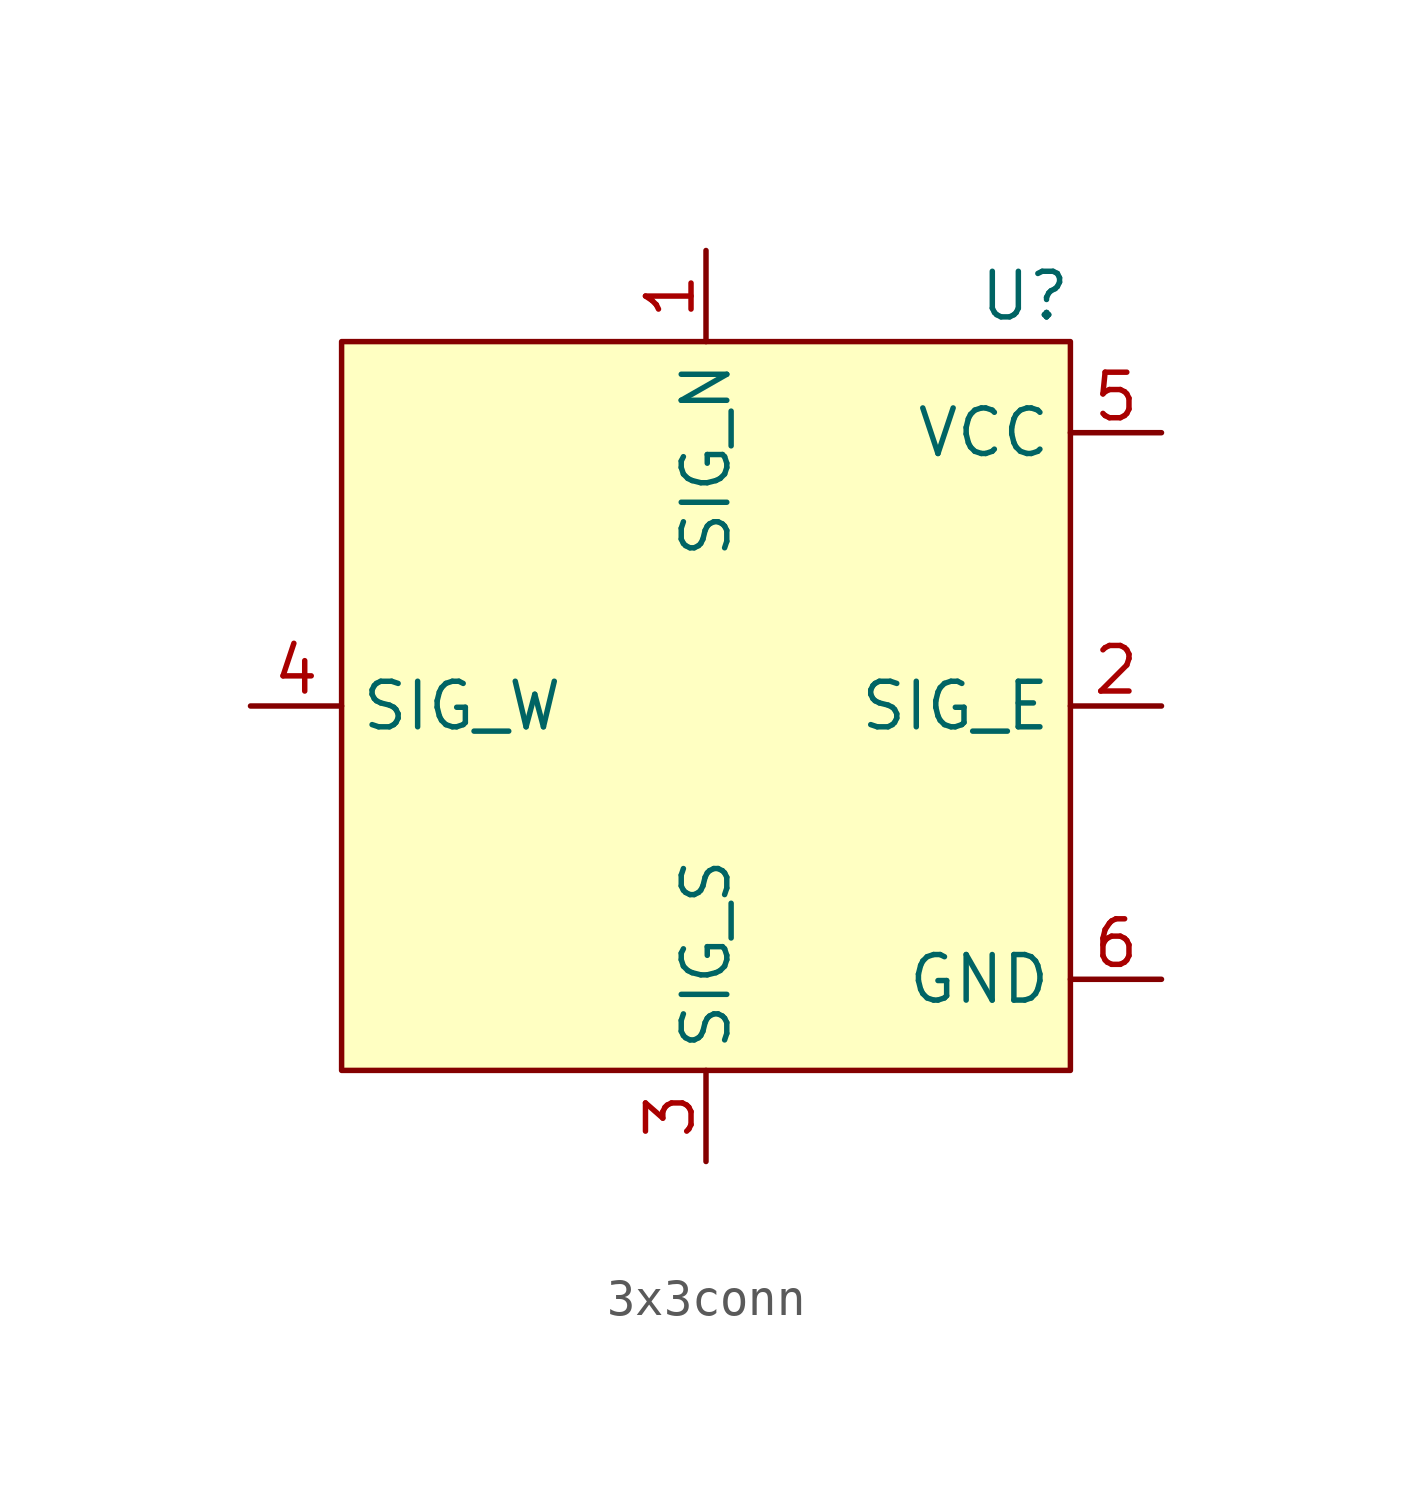
<source format=kicad_sym>
(kicad_symbol_lib
  (version 20220914)
  (generator kicad_symbol_editor)
  (symbol "3x3conn"
    (property "Reference" "U"
      (at 19.05 21.59 0)
      (effects (font (size 1.27 1.27))))
    (property "Value" ""
      (at 0 0 0)
      (effects (font (size 1.27 1.27))))
    (symbol "3x3conn_1_1"
      (rectangle (start 0 20.32) (end 20.32 0) (stroke (width 0) (type default)) (fill (type background)))
      (pin input line (at 10.16 22.86 270) (length 2.54) (name "SIG_N" (effects (font (size 1.27 1.27)))) (number "1" (effects (font (size 1.27 1.27)))))
      (pin input line (at 22.86 10.16 180) (length 2.54) (name "SIG_E" (effects (font (size 1.27 1.27)))) (number "2" (effects (font (size 1.27 1.27)))))
      (pin input line (at 10.16 -2.54 90) (length 2.54) (name "SIG_S" (effects (font (size 1.27 1.27)))) (number "3" (effects (font (size 1.27 1.27)))))
      (pin input line (at -2.54 10.16 0) (length 2.54) (name "SIG_W" (effects (font (size 1.27 1.27)))) (number "4" (effects (font (size 1.27 1.27)))))
      (pin input line (at 22.86 17.78 180) (length 2.54) (name "VCC" (effects (font (size 1.27 1.27)))) (number "5" (effects (font (size 1.27 1.27)))))
      (pin input line (at 22.86 2.54 180) (length 2.54) (name "GND" (effects (font (size 1.27 1.27)))) (number "6" (effects (font (size 1.27 1.27))))))))
</source>
